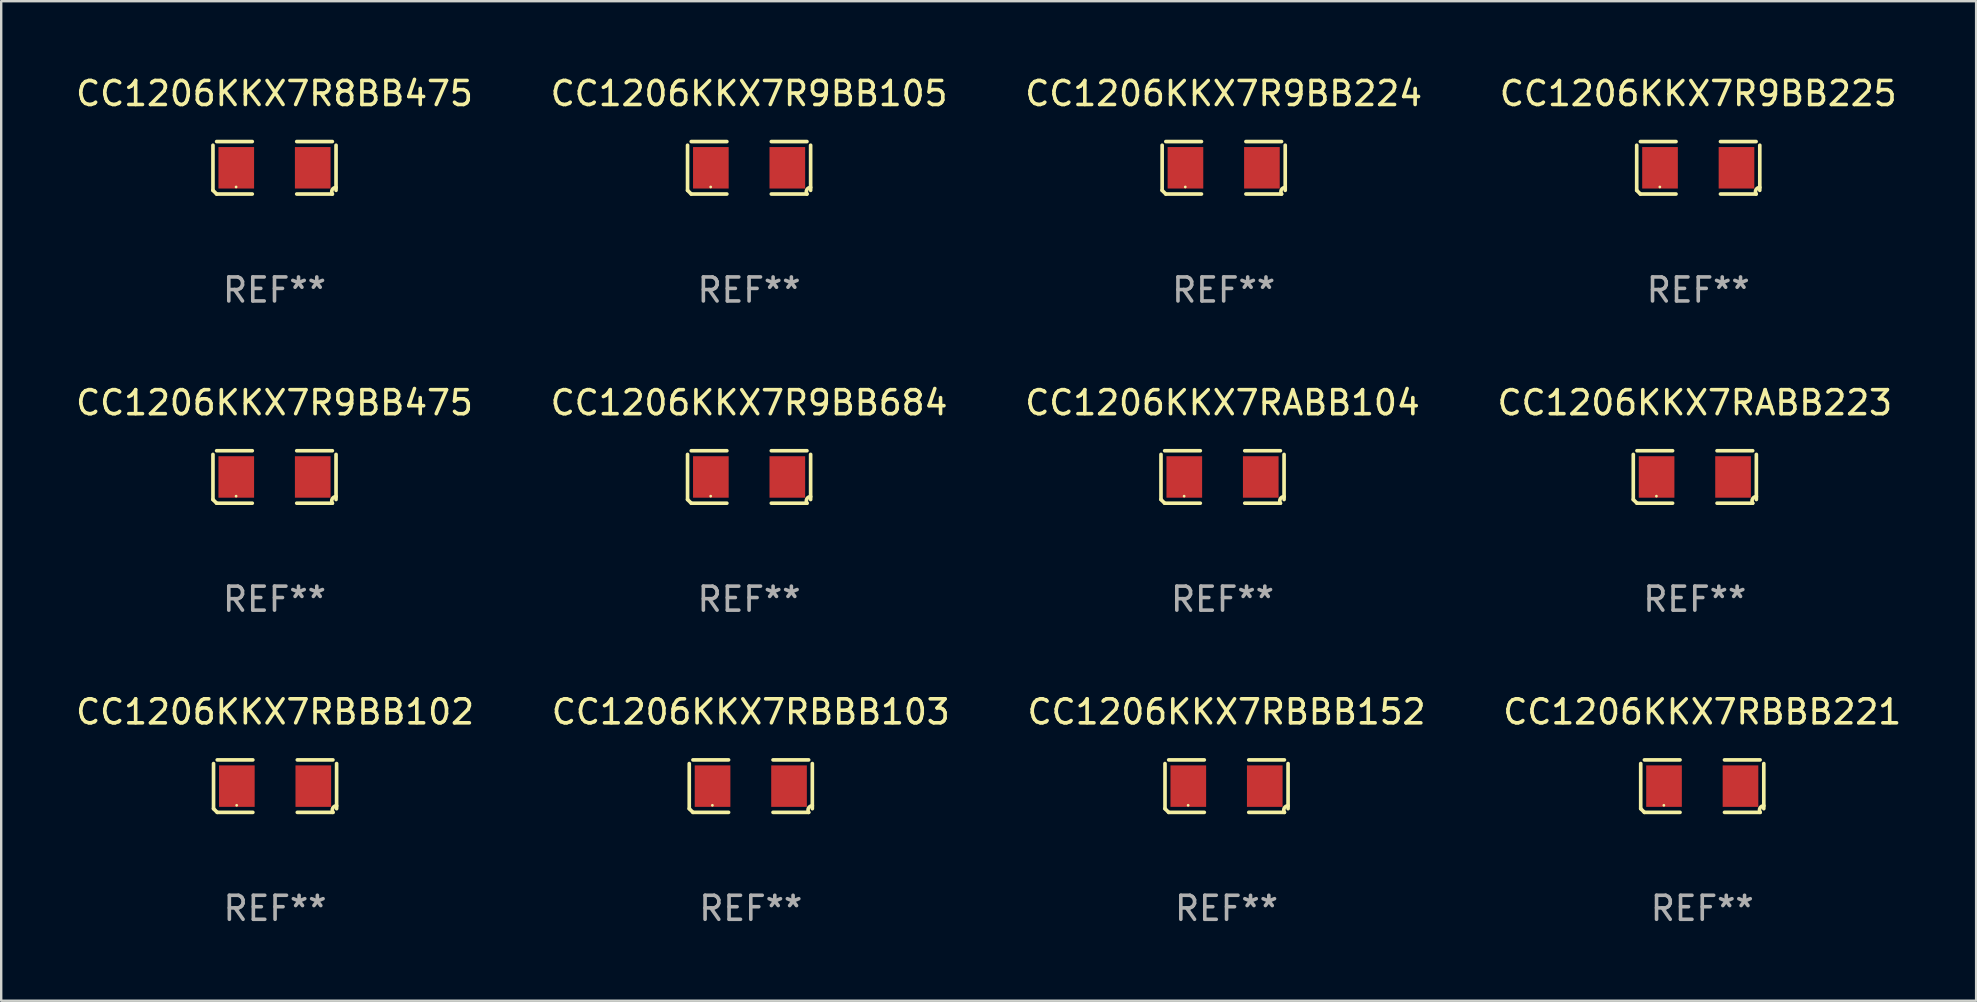
<source format=kicad_pcb>
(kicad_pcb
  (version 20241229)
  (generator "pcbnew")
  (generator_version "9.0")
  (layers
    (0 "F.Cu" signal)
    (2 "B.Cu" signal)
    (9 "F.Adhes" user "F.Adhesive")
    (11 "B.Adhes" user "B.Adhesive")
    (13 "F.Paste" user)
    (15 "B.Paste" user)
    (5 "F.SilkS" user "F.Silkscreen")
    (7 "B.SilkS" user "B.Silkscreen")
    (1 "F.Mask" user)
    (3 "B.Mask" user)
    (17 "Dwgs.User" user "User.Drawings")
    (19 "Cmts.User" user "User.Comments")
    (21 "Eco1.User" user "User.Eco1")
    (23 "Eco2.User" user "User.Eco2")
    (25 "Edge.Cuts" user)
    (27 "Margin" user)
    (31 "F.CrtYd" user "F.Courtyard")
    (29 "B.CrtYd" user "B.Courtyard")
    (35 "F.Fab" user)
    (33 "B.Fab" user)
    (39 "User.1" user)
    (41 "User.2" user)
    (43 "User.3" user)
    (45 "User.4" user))
  (footprint "CC1206KKX7R9BB105"
    (layer "F.Cu")
    (at 28.161 3.941)
    (property "Reference" "CC1206KKX7R9BB105" (at 0 -3.093 0) (layer "F.SilkS") (effects (font (size 1 1) (thickness 0.15))))
    (attr through_hole)
    (fp_line (start -2.564 0.94) (end -2.564 -0.94) (stroke (width 0.152) (type solid)) (layer "F.SilkS"))
    (fp_line (start -2.411 -1.093) (end -0.926 -1.093) (stroke (width 0.152) (type solid)) (layer "F.SilkS"))
    (fp_line (start -0.926 1.093) (end -2.411 1.093) (stroke (width 0.152) (type solid)) (layer "F.SilkS"))
    (fp_line (start 0.926 1.093) (end 2.411 1.093) (stroke (width 0.152) (type solid)) (layer "F.SilkS"))
    (fp_line (start 2.411 -1.093) (end 0.926 -1.093) (stroke (width 0.152) (type solid)) (layer "F.SilkS"))
    (fp_line (start 2.564 0.94) (end 2.564 -0.94) (stroke (width 0.152) (type solid)) (layer "F.SilkS"))
    (fp_arc (start -2.411201 1.092609) (mid -2.487413 1.01642) (end -2.563602 0.940208) (stroke (width 0.1524) (type solid)) (layer "F.SilkS"))
    (fp_arc (start 2.411201 1.092609) (mid 2.407159 0.911226) (end 2.563602 0.819347) (stroke (width 0.1524) (type solid)) (layer "F.SilkS"))
    (fp_circle (center -1.6 0.8) (end -1.57 0.8) (stroke (width 0.06) (type solid)) (fill no) (layer "F.SilkS"))
    (fp_text user "REF**" (at 0 5.093 0) (layer "F.Fab") (effects (font (size 1 1) (thickness 0.15))))
    (pad "1" smd rect (at -1.593 0) (size 1.485 1.728) (layers "F.Cu" "F.Mask" "F.Paste"))
    (pad "2" smd rect (at 1.593 0) (size 1.485 1.728) (layers "F.Cu" "F.Mask" "F.Paste")))
  (footprint "CC1206KKX7RABB223"
    (layer "F.Cu")
    (at 67.565 16.823)
    (property "Reference" "CC1206KKX7RABB223" (at 0 -3.093 0) (layer "F.SilkS") (effects (font (size 1 1) (thickness 0.15))))
    (attr through_hole)
    (fp_line (start -2.564 0.94) (end -2.564 -0.94) (stroke (width 0.152) (type solid)) (layer "F.SilkS"))
    (fp_line (start -2.411 -1.093) (end -0.926 -1.093) (stroke (width 0.152) (type solid)) (layer "F.SilkS"))
    (fp_line (start -0.926 1.093) (end -2.411 1.093) (stroke (width 0.152) (type solid)) (layer "F.SilkS"))
    (fp_line (start 0.926 1.093) (end 2.411 1.093) (stroke (width 0.152) (type solid)) (layer "F.SilkS"))
    (fp_line (start 2.411 -1.093) (end 0.926 -1.093) (stroke (width 0.152) (type solid)) (layer "F.SilkS"))
    (fp_line (start 2.564 0.94) (end 2.564 -0.94) (stroke (width 0.152) (type solid)) (layer "F.SilkS"))
    (fp_arc (start -2.411201 1.092609) (mid -2.487413 1.01642) (end -2.563602 0.940208) (stroke (width 0.1524) (type solid)) (layer "F.SilkS"))
    (fp_arc (start 2.411201 1.092609) (mid 2.407159 0.911226) (end 2.563602 0.819347) (stroke (width 0.1524) (type solid)) (layer "F.SilkS"))
    (fp_circle (center -1.6 0.8) (end -1.57 0.8) (stroke (width 0.06) (type solid)) (fill no) (layer "F.SilkS"))
    (fp_text user "REF**" (at 0 5.093 0) (layer "F.Fab") (effects (font (size 1 1) (thickness 0.15))))
    (pad "1" smd rect (at -1.593 0) (size 1.485 1.728) (layers "F.Cu" "F.Mask" "F.Paste"))
    (pad "2" smd rect (at 1.593 0) (size 1.485 1.728) (layers "F.Cu" "F.Mask" "F.Paste")))
  (footprint "CC1206KKX7R9BB224"
    (layer "F.Cu")
    (at 47.935 3.941)
    (property "Reference" "CC1206KKX7R9BB224" (at 0 -3.093 0) (layer "F.SilkS") (effects (font (size 1 1) (thickness 0.15))))
    (attr through_hole)
    (fp_line (start -2.564 0.94) (end -2.564 -0.94) (stroke (width 0.152) (type solid)) (layer "F.SilkS"))
    (fp_line (start -2.411 -1.093) (end -0.926 -1.093) (stroke (width 0.152) (type solid)) (layer "F.SilkS"))
    (fp_line (start -0.926 1.093) (end -2.411 1.093) (stroke (width 0.152) (type solid)) (layer "F.SilkS"))
    (fp_line (start 0.926 1.093) (end 2.411 1.093) (stroke (width 0.152) (type solid)) (layer "F.SilkS"))
    (fp_line (start 2.411 -1.093) (end 0.926 -1.093) (stroke (width 0.152) (type solid)) (layer "F.SilkS"))
    (fp_line (start 2.564 0.94) (end 2.564 -0.94) (stroke (width 0.152) (type solid)) (layer "F.SilkS"))
    (fp_arc (start -2.411201 1.092609) (mid -2.487413 1.01642) (end -2.563602 0.940208) (stroke (width 0.1524) (type solid)) (layer "F.SilkS"))
    (fp_arc (start 2.411201 1.092609) (mid 2.407159 0.911226) (end 2.563602 0.819347) (stroke (width 0.1524) (type solid)) (layer "F.SilkS"))
    (fp_circle (center -1.6 0.8) (end -1.57 0.8) (stroke (width 0.06) (type solid)) (fill no) (layer "F.SilkS"))
    (fp_text user "REF**" (at 0 5.093 0) (layer "F.Fab") (effects (font (size 1 1) (thickness 0.15))))
    (pad "1" smd rect (at -1.593 0) (size 1.485 1.728) (layers "F.Cu" "F.Mask" "F.Paste"))
    (pad "2" smd rect (at 1.593 0) (size 1.485 1.728) (layers "F.Cu" "F.Mask" "F.Paste")))
  (footprint "CC1206KKX7RBBB103"
    (layer "F.Cu")
    (at 28.232 29.704)
    (property "Reference" "CC1206KKX7RBBB103" (at 0 -3.093 0) (layer "F.SilkS") (effects (font (size 1 1) (thickness 0.15))))
    (attr through_hole)
    (fp_line (start -2.564 0.94) (end -2.564 -0.94) (stroke (width 0.152) (type solid)) (layer "F.SilkS"))
    (fp_line (start -2.411 -1.093) (end -0.926 -1.093) (stroke (width 0.152) (type solid)) (layer "F.SilkS"))
    (fp_line (start -0.926 1.093) (end -2.411 1.093) (stroke (width 0.152) (type solid)) (layer "F.SilkS"))
    (fp_line (start 0.926 1.093) (end 2.411 1.093) (stroke (width 0.152) (type solid)) (layer "F.SilkS"))
    (fp_line (start 2.411 -1.093) (end 0.926 -1.093) (stroke (width 0.152) (type solid)) (layer "F.SilkS"))
    (fp_line (start 2.564 0.94) (end 2.564 -0.94) (stroke (width 0.152) (type solid)) (layer "F.SilkS"))
    (fp_arc (start -2.411201 1.092609) (mid -2.487413 1.01642) (end -2.563602 0.940208) (stroke (width 0.1524) (type solid)) (layer "F.SilkS"))
    (fp_arc (start 2.411201 1.092609) (mid 2.407159 0.911226) (end 2.563602 0.819347) (stroke (width 0.1524) (type solid)) (layer "F.SilkS"))
    (fp_circle (center -1.6 0.8) (end -1.57 0.8) (stroke (width 0.06) (type solid)) (fill no) (layer "F.SilkS"))
    (fp_text user "REF**" (at 0 5.093 0) (layer "F.Fab") (effects (font (size 1 1) (thickness 0.15))))
    (pad "1" smd rect (at -1.593 0) (size 1.485 1.728) (layers "F.Cu" "F.Mask" "F.Paste"))
    (pad "2" smd rect (at 1.593 0) (size 1.485 1.728) (layers "F.Cu" "F.Mask" "F.Paste")))
  (footprint "CC1206KKX7R9BB684"
    (layer "F.Cu")
    (at 28.161 16.823)
    (property "Reference" "CC1206KKX7R9BB684" (at 0 -3.093 0) (layer "F.SilkS") (effects (font (size 1 1) (thickness 0.15))))
    (attr through_hole)
    (fp_line (start -2.564 0.94) (end -2.564 -0.94) (stroke (width 0.152) (type solid)) (layer "F.SilkS"))
    (fp_line (start -2.411 -1.093) (end -0.926 -1.093) (stroke (width 0.152) (type solid)) (layer "F.SilkS"))
    (fp_line (start -0.926 1.093) (end -2.411 1.093) (stroke (width 0.152) (type solid)) (layer "F.SilkS"))
    (fp_line (start 0.926 1.093) (end 2.411 1.093) (stroke (width 0.152) (type solid)) (layer "F.SilkS"))
    (fp_line (start 2.411 -1.093) (end 0.926 -1.093) (stroke (width 0.152) (type solid)) (layer "F.SilkS"))
    (fp_line (start 2.564 0.94) (end 2.564 -0.94) (stroke (width 0.152) (type solid)) (layer "F.SilkS"))
    (fp_arc (start -2.411201 1.092609) (mid -2.487413 1.01642) (end -2.563602 0.940208) (stroke (width 0.1524) (type solid)) (layer "F.SilkS"))
    (fp_arc (start 2.411201 1.092609) (mid 2.407159 0.911226) (end 2.563602 0.819347) (stroke (width 0.1524) (type solid)) (layer "F.SilkS"))
    (fp_circle (center -1.6 0.8) (end -1.57 0.8) (stroke (width 0.06) (type solid)) (fill no) (layer "F.SilkS"))
    (fp_text user "REF**" (at 0 5.093 0) (layer "F.Fab") (effects (font (size 1 1) (thickness 0.15))))
    (pad "1" smd rect (at -1.593 0) (size 1.485 1.728) (layers "F.Cu" "F.Mask" "F.Paste"))
    (pad "2" smd rect (at 1.593 0) (size 1.485 1.728) (layers "F.Cu" "F.Mask" "F.Paste")))
  (footprint "CC1206KKX7RBBB221"
    (layer "F.Cu")
    (at 67.875 29.704)
    (property "Reference" "CC1206KKX7RBBB221" (at 0 -3.093 0) (layer "F.SilkS") (effects (font (size 1 1) (thickness 0.15))))
    (attr through_hole)
    (fp_line (start -2.564 0.94) (end -2.564 -0.94) (stroke (width 0.152) (type solid)) (layer "F.SilkS"))
    (fp_line (start -2.411 -1.093) (end -0.926 -1.093) (stroke (width 0.152) (type solid)) (layer "F.SilkS"))
    (fp_line (start -0.926 1.093) (end -2.411 1.093) (stroke (width 0.152) (type solid)) (layer "F.SilkS"))
    (fp_line (start 0.926 1.093) (end 2.411 1.093) (stroke (width 0.152) (type solid)) (layer "F.SilkS"))
    (fp_line (start 2.411 -1.093) (end 0.926 -1.093) (stroke (width 0.152) (type solid)) (layer "F.SilkS"))
    (fp_line (start 2.564 0.94) (end 2.564 -0.94) (stroke (width 0.152) (type solid)) (layer "F.SilkS"))
    (fp_arc (start -2.411201 1.092609) (mid -2.487413 1.01642) (end -2.563602 0.940208) (stroke (width 0.1524) (type solid)) (layer "F.SilkS"))
    (fp_arc (start 2.411201 1.092609) (mid 2.407159 0.911226) (end 2.563602 0.819347) (stroke (width 0.1524) (type solid)) (layer "F.SilkS"))
    (fp_circle (center -1.6 0.8) (end -1.57 0.8) (stroke (width 0.06) (type solid)) (fill no) (layer "F.SilkS"))
    (fp_text user "REF**" (at 0 5.093 0) (layer "F.Fab") (effects (font (size 1 1) (thickness 0.15))))
    (pad "1" smd rect (at -1.593 0) (size 1.485 1.728) (layers "F.Cu" "F.Mask" "F.Paste"))
    (pad "2" smd rect (at 1.593 0) (size 1.485 1.728) (layers "F.Cu" "F.Mask" "F.Paste")))
  (footprint "CC1206KKX7R9BB475"
    (layer "F.Cu")
    (at 8.387 16.823)
    (property "Reference" "CC1206KKX7R9BB475" (at 0 -3.093 0) (layer "F.SilkS") (effects (font (size 1 1) (thickness 0.15))))
    (attr through_hole)
    (fp_line (start -2.564 0.94) (end -2.564 -0.94) (stroke (width 0.152) (type solid)) (layer "F.SilkS"))
    (fp_line (start -2.411 -1.093) (end -0.926 -1.093) (stroke (width 0.152) (type solid)) (layer "F.SilkS"))
    (fp_line (start -0.926 1.093) (end -2.411 1.093) (stroke (width 0.152) (type solid)) (layer "F.SilkS"))
    (fp_line (start 0.926 1.093) (end 2.411 1.093) (stroke (width 0.152) (type solid)) (layer "F.SilkS"))
    (fp_line (start 2.411 -1.093) (end 0.926 -1.093) (stroke (width 0.152) (type solid)) (layer "F.SilkS"))
    (fp_line (start 2.564 0.94) (end 2.564 -0.94) (stroke (width 0.152) (type solid)) (layer "F.SilkS"))
    (fp_arc (start -2.411201 1.092609) (mid -2.487413 1.01642) (end -2.563602 0.940208) (stroke (width 0.1524) (type solid)) (layer "F.SilkS"))
    (fp_arc (start 2.411201 1.092609) (mid 2.407159 0.911226) (end 2.563602 0.819347) (stroke (width 0.1524) (type solid)) (layer "F.SilkS"))
    (fp_circle (center -1.6 0.8) (end -1.57 0.8) (stroke (width 0.06) (type solid)) (fill no) (layer "F.SilkS"))
    (fp_text user "REF**" (at 0 5.093 0) (layer "F.Fab") (effects (font (size 1 1) (thickness 0.15))))
    (pad "1" smd rect (at -1.593 0) (size 1.485 1.728) (layers "F.Cu" "F.Mask" "F.Paste"))
    (pad "2" smd rect (at 1.593 0) (size 1.485 1.728) (layers "F.Cu" "F.Mask" "F.Paste")))
  (footprint "CC1206KKX7RBBB152"
    (layer "F.Cu")
    (at 48.054 29.704)
    (property "Reference" "CC1206KKX7RBBB152" (at 0 -3.093 0) (layer "F.SilkS") (effects (font (size 1 1) (thickness 0.15))))
    (attr through_hole)
    (fp_line (start -2.564 0.94) (end -2.564 -0.94) (stroke (width 0.152) (type solid)) (layer "F.SilkS"))
    (fp_line (start -2.411 -1.093) (end -0.926 -1.093) (stroke (width 0.152) (type solid)) (layer "F.SilkS"))
    (fp_line (start -0.926 1.093) (end -2.411 1.093) (stroke (width 0.152) (type solid)) (layer "F.SilkS"))
    (fp_line (start 0.926 1.093) (end 2.411 1.093) (stroke (width 0.152) (type solid)) (layer "F.SilkS"))
    (fp_line (start 2.411 -1.093) (end 0.926 -1.093) (stroke (width 0.152) (type solid)) (layer "F.SilkS"))
    (fp_line (start 2.564 0.94) (end 2.564 -0.94) (stroke (width 0.152) (type solid)) (layer "F.SilkS"))
    (fp_arc (start -2.411201 1.092609) (mid -2.487413 1.01642) (end -2.563602 0.940208) (stroke (width 0.1524) (type solid)) (layer "F.SilkS"))
    (fp_arc (start 2.411201 1.092609) (mid 2.407159 0.911226) (end 2.563602 0.819347) (stroke (width 0.1524) (type solid)) (layer "F.SilkS"))
    (fp_circle (center -1.6 0.8) (end -1.57 0.8) (stroke (width 0.06) (type solid)) (fill no) (layer "F.SilkS"))
    (fp_text user "REF**" (at 0 5.093 0) (layer "F.Fab") (effects (font (size 1 1) (thickness 0.15))))
    (pad "1" smd rect (at -1.593 0) (size 1.485 1.728) (layers "F.Cu" "F.Mask" "F.Paste"))
    (pad "2" smd rect (at 1.593 0) (size 1.485 1.728) (layers "F.Cu" "F.Mask" "F.Paste")))
  (footprint "CC1206KKX7R9BB225"
    (layer "F.Cu")
    (at 67.708 3.941)
    (property "Reference" "CC1206KKX7R9BB225" (at 0 -3.093 0) (layer "F.SilkS") (effects (font (size 1 1) (thickness 0.15))))
    (attr through_hole)
    (fp_line (start -2.564 0.94) (end -2.564 -0.94) (stroke (width 0.152) (type solid)) (layer "F.SilkS"))
    (fp_line (start -2.411 -1.093) (end -0.926 -1.093) (stroke (width 0.152) (type solid)) (layer "F.SilkS"))
    (fp_line (start -0.926 1.093) (end -2.411 1.093) (stroke (width 0.152) (type solid)) (layer "F.SilkS"))
    (fp_line (start 0.926 1.093) (end 2.411 1.093) (stroke (width 0.152) (type solid)) (layer "F.SilkS"))
    (fp_line (start 2.411 -1.093) (end 0.926 -1.093) (stroke (width 0.152) (type solid)) (layer "F.SilkS"))
    (fp_line (start 2.564 0.94) (end 2.564 -0.94) (stroke (width 0.152) (type solid)) (layer "F.SilkS"))
    (fp_arc (start -2.411201 1.092609) (mid -2.487413 1.01642) (end -2.563602 0.940208) (stroke (width 0.1524) (type solid)) (layer "F.SilkS"))
    (fp_arc (start 2.411201 1.092609) (mid 2.407159 0.911226) (end 2.563602 0.819347) (stroke (width 0.1524) (type solid)) (layer "F.SilkS"))
    (fp_circle (center -1.6 0.8) (end -1.57 0.8) (stroke (width 0.06) (type solid)) (fill no) (layer "F.SilkS"))
    (fp_text user "REF**" (at 0 5.093 0) (layer "F.Fab") (effects (font (size 1 1) (thickness 0.15))))
    (pad "1" smd rect (at -1.593 0) (size 1.485 1.728) (layers "F.Cu" "F.Mask" "F.Paste"))
    (pad "2" smd rect (at 1.593 0) (size 1.485 1.728) (layers "F.Cu" "F.Mask" "F.Paste")))
  (footprint "CC1206KKX7RBBB102"
    (layer "F.Cu")
    (at 8.411 29.704)
    (property "Reference" "CC1206KKX7RBBB102" (at 0 -3.093 0) (layer "F.SilkS") (effects (font (size 1 1) (thickness 0.15))))
    (attr through_hole)
    (fp_line (start -2.564 0.94) (end -2.564 -0.94) (stroke (width 0.152) (type solid)) (layer "F.SilkS"))
    (fp_line (start -2.411 -1.093) (end -0.926 -1.093) (stroke (width 0.152) (type solid)) (layer "F.SilkS"))
    (fp_line (start -0.926 1.093) (end -2.411 1.093) (stroke (width 0.152) (type solid)) (layer "F.SilkS"))
    (fp_line (start 0.926 1.093) (end 2.411 1.093) (stroke (width 0.152) (type solid)) (layer "F.SilkS"))
    (fp_line (start 2.411 -1.093) (end 0.926 -1.093) (stroke (width 0.152) (type solid)) (layer "F.SilkS"))
    (fp_line (start 2.564 0.94) (end 2.564 -0.94) (stroke (width 0.152) (type solid)) (layer "F.SilkS"))
    (fp_arc (start -2.411201 1.092609) (mid -2.487413 1.01642) (end -2.563602 0.940208) (stroke (width 0.1524) (type solid)) (layer "F.SilkS"))
    (fp_arc (start 2.411201 1.092609) (mid 2.407159 0.911226) (end 2.563602 0.819347) (stroke (width 0.1524) (type solid)) (layer "F.SilkS"))
    (fp_circle (center -1.6 0.8) (end -1.57 0.8) (stroke (width 0.06) (type solid)) (fill no) (layer "F.SilkS"))
    (fp_text user "REF**" (at 0 5.093 0) (layer "F.Fab") (effects (font (size 1 1) (thickness 0.15))))
    (pad "1" smd rect (at -1.593 0) (size 1.485 1.728) (layers "F.Cu" "F.Mask" "F.Paste"))
    (pad "2" smd rect (at 1.593 0) (size 1.485 1.728) (layers "F.Cu" "F.Mask" "F.Paste")))
  (footprint "CC1206KKX7R8BB475"
    (layer "F.Cu")
    (at 8.387 3.941)
    (property "Reference" "CC1206KKX7R8BB475" (at 0 -3.093 0) (layer "F.SilkS") (effects (font (size 1 1) (thickness 0.15))))
    (attr through_hole)
    (fp_line (start -2.564 0.94) (end -2.564 -0.94) (stroke (width 0.152) (type solid)) (layer "F.SilkS"))
    (fp_line (start -2.411 -1.093) (end -0.926 -1.093) (stroke (width 0.152) (type solid)) (layer "F.SilkS"))
    (fp_line (start -0.926 1.093) (end -2.411 1.093) (stroke (width 0.152) (type solid)) (layer "F.SilkS"))
    (fp_line (start 0.926 1.093) (end 2.411 1.093) (stroke (width 0.152) (type solid)) (layer "F.SilkS"))
    (fp_line (start 2.411 -1.093) (end 0.926 -1.093) (stroke (width 0.152) (type solid)) (layer "F.SilkS"))
    (fp_line (start 2.564 0.94) (end 2.564 -0.94) (stroke (width 0.152) (type solid)) (layer "F.SilkS"))
    (fp_arc (start -2.411201 1.092609) (mid -2.487413 1.01642) (end -2.563602 0.940208) (stroke (width 0.1524) (type solid)) (layer "F.SilkS"))
    (fp_arc (start 2.411201 1.092609) (mid 2.407159 0.911226) (end 2.563602 0.819347) (stroke (width 0.1524) (type solid)) (layer "F.SilkS"))
    (fp_circle (center -1.6 0.8) (end -1.57 0.8) (stroke (width 0.06) (type solid)) (fill no) (layer "F.SilkS"))
    (fp_text user "REF**" (at 0 5.093 0) (layer "F.Fab") (effects (font (size 1 1) (thickness 0.15))))
    (pad "1" smd rect (at -1.593 0) (size 1.485 1.728) (layers "F.Cu" "F.Mask" "F.Paste"))
    (pad "2" smd rect (at 1.593 0) (size 1.485 1.728) (layers "F.Cu" "F.Mask" "F.Paste")))
  (footprint "CC1206KKX7RABB104"
    (layer "F.Cu")
    (at 47.887 16.823)
    (property "Reference" "CC1206KKX7RABB104" (at 0 -3.093 0) (layer "F.SilkS") (effects (font (size 1 1) (thickness 0.15))))
    (attr through_hole)
    (fp_line (start -2.564 0.94) (end -2.564 -0.94) (stroke (width 0.152) (type solid)) (layer "F.SilkS"))
    (fp_line (start -2.411 -1.093) (end -0.926 -1.093) (stroke (width 0.152) (type solid)) (layer "F.SilkS"))
    (fp_line (start -0.926 1.093) (end -2.411 1.093) (stroke (width 0.152) (type solid)) (layer "F.SilkS"))
    (fp_line (start 0.926 1.093) (end 2.411 1.093) (stroke (width 0.152) (type solid)) (layer "F.SilkS"))
    (fp_line (start 2.411 -1.093) (end 0.926 -1.093) (stroke (width 0.152) (type solid)) (layer "F.SilkS"))
    (fp_line (start 2.564 0.94) (end 2.564 -0.94) (stroke (width 0.152) (type solid)) (layer "F.SilkS"))
    (fp_arc (start -2.411201 1.092609) (mid -2.487413 1.01642) (end -2.563602 0.940208) (stroke (width 0.1524) (type solid)) (layer "F.SilkS"))
    (fp_arc (start 2.411201 1.092609) (mid 2.407159 0.911226) (end 2.563602 0.819347) (stroke (width 0.1524) (type solid)) (layer "F.SilkS"))
    (fp_circle (center -1.6 0.8) (end -1.57 0.8) (stroke (width 0.06) (type solid)) (fill no) (layer "F.SilkS"))
    (fp_text user "REF**" (at 0 5.093 0) (layer "F.Fab") (effects (font (size 1 1) (thickness 0.15))))
    (pad "1" smd rect (at -1.593 0) (size 1.485 1.728) (layers "F.Cu" "F.Mask" "F.Paste"))
    (pad "2" smd rect (at 1.593 0) (size 1.485 1.728) (layers "F.Cu" "F.Mask" "F.Paste")))
  (gr_rect
    (start -3 -3)
    (end 79.286 38.645)
    (stroke (width 0.1) (type default))
    (fill no)
    (layer "Edge.Cuts")))
</source>
